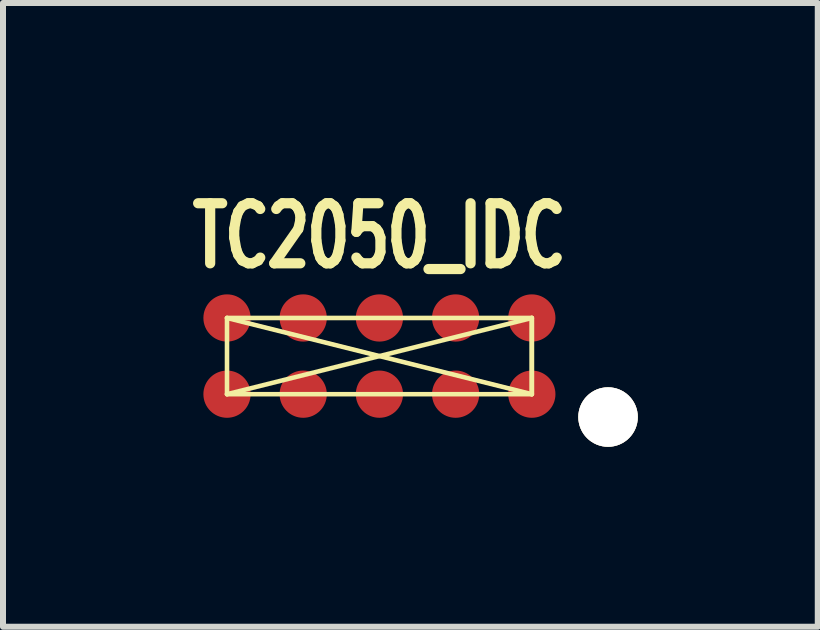
<source format=kicad_pcb>
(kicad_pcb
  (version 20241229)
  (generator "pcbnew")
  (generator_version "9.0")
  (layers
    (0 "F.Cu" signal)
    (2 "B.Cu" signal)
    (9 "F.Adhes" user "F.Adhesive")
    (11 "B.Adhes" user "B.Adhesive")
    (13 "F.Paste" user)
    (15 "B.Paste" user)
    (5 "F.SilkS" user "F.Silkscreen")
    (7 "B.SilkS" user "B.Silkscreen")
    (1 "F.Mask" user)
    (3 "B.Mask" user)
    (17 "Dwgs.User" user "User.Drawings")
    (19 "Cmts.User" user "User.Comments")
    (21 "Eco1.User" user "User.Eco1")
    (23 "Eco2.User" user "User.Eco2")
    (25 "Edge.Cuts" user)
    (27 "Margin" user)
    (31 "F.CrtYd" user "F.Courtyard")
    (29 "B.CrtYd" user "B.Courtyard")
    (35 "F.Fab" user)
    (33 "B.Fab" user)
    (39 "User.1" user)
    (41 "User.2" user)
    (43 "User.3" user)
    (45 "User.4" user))
  (footprint "TC2050_IDC"
    (layer "F.Cu")
    (at 3.273 2.884)
    (property "Reference" "TC2050_IDC" (at 0 -2 0) (layer "F.SilkS") (effects (font (size 1.001 0.701) (thickness 0.17))))
    (attr through_hole)
    (fp_line (start -2.54 -0.635) (end -2.54 0.635) (stroke (width 0.076) (type solid)) (layer "F.SilkS"))
    (fp_line (start -2.54 -0.635) (end 2.54 0.635) (stroke (width 0.076) (type solid)) (layer "F.SilkS"))
    (fp_line (start -2.54 0.635) (end 2.54 0.635) (stroke (width 0.076) (type solid)) (layer "F.SilkS"))
    (fp_line (start 2.54 -0.635) (end -2.54 -0.635) (stroke (width 0.076) (type solid)) (layer "F.SilkS"))
    (fp_line (start 2.54 -0.635) (end -2.54 0.635) (stroke (width 0.076) (type solid)) (layer "F.SilkS"))
    (fp_line (start 2.54 0.635) (end 2.54 -0.635) (stroke (width 0.076) (type solid)) (layer "F.SilkS"))
    (fp_line (start 2.54 0.635) (end 2.54 -0.635) (stroke (width 0.076) (type solid)) (layer "F.SilkS"))
    (pad "1" connect circle (at -2.54 0.635) (size 0.787 0.787) (layers "F.Cu" "F.Mask"))
    (pad "2" connect circle (at -1.27 0.635) (size 0.787 0.787) (layers "F.Cu" "F.Mask"))
    (pad "3" connect circle (at 0 0.635) (size 0.787 0.787) (layers "F.Cu" "F.Mask"))
    (pad "4" connect circle (at 1.27 0.635) (size 0.787 0.787) (layers "F.Cu" "F.Mask"))
    (pad "5" connect circle (at 2.54 0.635) (size 0.787 0.787) (layers "F.Cu" "F.Mask"))
    (pad "6" connect circle (at 2.54 -0.635) (size 0.787 0.787) (layers "F.Cu" "F.Mask"))
    (pad "7" connect circle (at 1.27 -0.635) (size 0.787 0.787) (layers "F.Cu" "F.Mask"))
    (pad "8" connect circle (at 0 -0.635) (size 0.787 0.787) (layers "F.Cu" "F.Mask"))
    (pad "9" connect circle (at -1.27 -0.635) (size 0.787 0.787) (layers "F.Cu" "F.Mask"))
    (pad "10" connect circle (at -2.54 -0.635) (size 0.787 0.787) (layers "F.Cu" "F.Mask"))
    (pad "12" thru_hole circle (at 3.81 1.016) (size 0.991 0.991) (drill 0.991) (layers "*.Cu" "*.Mask" "F.SilkS")))
  (gr_rect
    (start -3 -3)
    (end 10.578 7.395)
    (stroke (width 0.1) (type default))
    (fill no)
    (layer "Edge.Cuts")))
</source>
